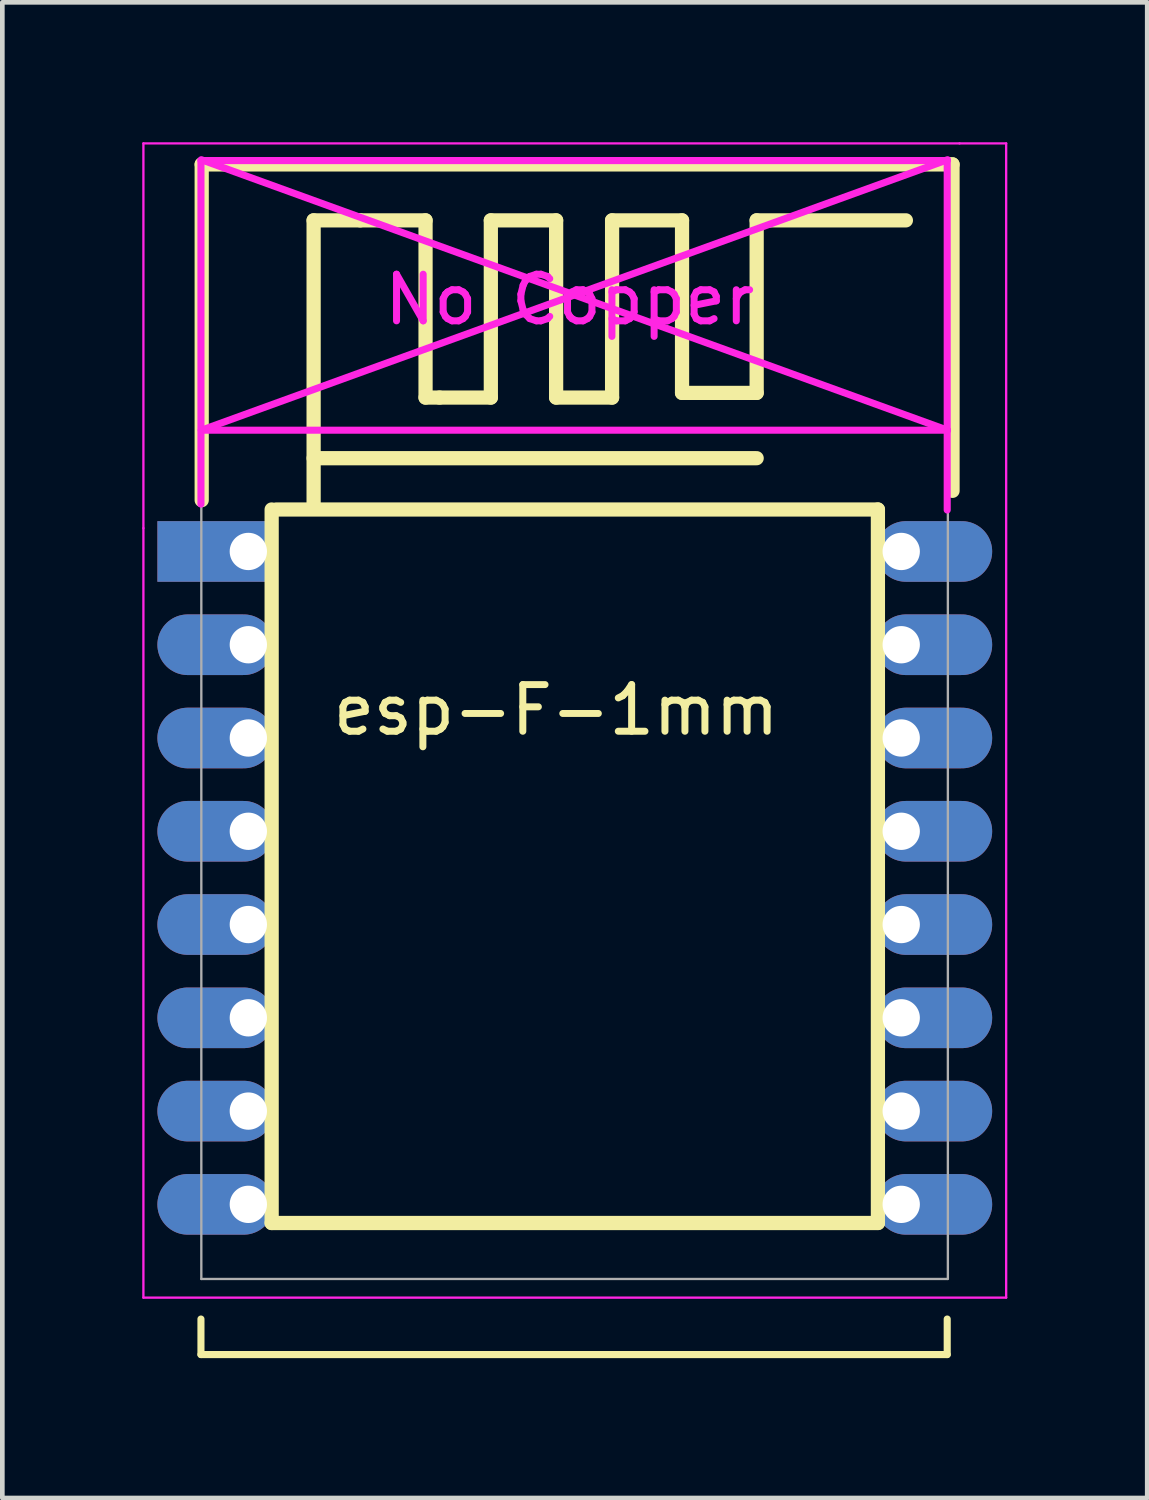
<source format=kicad_pcb>
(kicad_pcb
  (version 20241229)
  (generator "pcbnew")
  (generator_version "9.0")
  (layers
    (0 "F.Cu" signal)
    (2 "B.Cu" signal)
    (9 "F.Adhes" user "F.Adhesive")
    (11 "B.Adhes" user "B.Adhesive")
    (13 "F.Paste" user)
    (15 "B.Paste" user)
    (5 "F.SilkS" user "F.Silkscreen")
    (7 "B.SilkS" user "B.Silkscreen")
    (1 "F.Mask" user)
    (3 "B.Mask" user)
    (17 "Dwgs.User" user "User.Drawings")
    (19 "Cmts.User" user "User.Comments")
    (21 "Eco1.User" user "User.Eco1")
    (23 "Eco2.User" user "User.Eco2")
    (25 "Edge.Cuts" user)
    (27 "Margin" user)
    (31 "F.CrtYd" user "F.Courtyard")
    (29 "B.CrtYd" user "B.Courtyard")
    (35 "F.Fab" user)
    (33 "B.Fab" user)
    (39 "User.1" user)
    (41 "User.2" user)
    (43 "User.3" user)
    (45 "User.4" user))
  (footprint "esp-F-1mm"
    (layer "F.Cu")
    (at 8.775 14.475)
    (property "Reference" "esp-F-1mm" (at 0.1 -2.3 0) (layer "F.SilkS") (effects (font (size 1 1) (thickness 0.15))))
    (attr through_hole)
    (fp_line (start -7.516 10.759) (end -7.516 11.521) (stroke (width 0.152) (type solid)) (layer "F.SilkS"))
    (fp_line (start -7.516 11.521) (end 8.486 11.521) (stroke (width 0.152) (type solid)) (layer "F.SilkS"))
    (fp_line (start -7.5 -14) (end -7.5 -6.8) (stroke (width 0.305) (type solid)) (layer "F.SilkS"))
    (fp_line (start -6 8.7) (end -6 -6.6) (stroke (width 0.305) (type solid)) (layer "F.SilkS"))
    (fp_line (start -5.9 -6.6) (end 7 -6.6) (stroke (width 0.305) (type solid)) (layer "F.SilkS"))
    (fp_line (start -5.1 -12.8) (end -5.1 -6.7) (stroke (width 0.305) (type solid)) (layer "F.SilkS"))
    (fp_line (start -5.1 -7.7) (end 4.4 -7.7) (stroke (width 0.305) (type solid)) (layer "F.SilkS"))
    (fp_line (start -4.1 -12.8) (end -5.1 -12.8) (stroke (width 0.305) (type solid)) (layer "F.SilkS"))
    (fp_line (start -2.7 -12.8) (end -4.1 -12.8) (stroke (width 0.305) (type solid)) (layer "F.SilkS"))
    (fp_line (start -2.7 -9) (end -2.7 -12.8) (stroke (width 0.305) (type solid)) (layer "F.SilkS"))
    (fp_line (start -2.4 -9) (end -2.7 -9) (stroke (width 0.305) (type solid)) (layer "F.SilkS"))
    (fp_line (start -1.3 -12.8) (end -1.3 -9) (stroke (width 0.305) (type solid)) (layer "F.SilkS"))
    (fp_line (start -1.3 -9) (end -2.4 -9) (stroke (width 0.305) (type solid)) (layer "F.SilkS"))
    (fp_line (start 0.1 -12.8) (end -1.3 -12.8) (stroke (width 0.305) (type solid)) (layer "F.SilkS"))
    (fp_line (start 0.1 -9) (end 0.1 -12.8) (stroke (width 0.305) (type solid)) (layer "F.SilkS"))
    (fp_line (start 1.3 -12.8) (end 1.3 -9) (stroke (width 0.305) (type solid)) (layer "F.SilkS"))
    (fp_line (start 1.3 -9) (end 0.1 -9) (stroke (width 0.305) (type solid)) (layer "F.SilkS"))
    (fp_line (start 2.8 -12.8) (end 1.3 -12.8) (stroke (width 0.305) (type solid)) (layer "F.SilkS"))
    (fp_line (start 2.8 -9.1) (end 2.8 -12.8) (stroke (width 0.305) (type solid)) (layer "F.SilkS"))
    (fp_line (start 4.4 -12.8) (end 4.4 -9.1) (stroke (width 0.305) (type solid)) (layer "F.SilkS"))
    (fp_line (start 4.4 -9.1) (end 2.8 -9.1) (stroke (width 0.305) (type solid)) (layer "F.SilkS"))
    (fp_line (start 7 -6.6) (end 7 8.7) (stroke (width 0.305) (type solid)) (layer "F.SilkS"))
    (fp_line (start 7 8.7) (end -6 8.7) (stroke (width 0.305) (type solid)) (layer "F.SilkS"))
    (fp_line (start 7.6 -12.8) (end 4.4 -12.8) (stroke (width 0.305) (type solid)) (layer "F.SilkS"))
    (fp_line (start 8.486 11.521) (end 8.486 10.759) (stroke (width 0.152) (type solid)) (layer "F.SilkS"))
    (fp_line (start 8.6 -14) (end -7.5 -14) (stroke (width 0.305) (type solid)) (layer "F.SilkS"))
    (fp_line (start 8.6 -7) (end 8.6 -14) (stroke (width 0.305) (type solid)) (layer "F.SilkS"))
    (fp_line (start -8.75 -14.45) (end 8.75 -14.45) (stroke (width 0.05) (type solid)) (layer "F.CrtYd"))
    (fp_line (start -8.75 -6.2) (end -8.75 -14.45) (stroke (width 0.05) (type solid)) (layer "F.CrtYd"))
    (fp_line (start -8.75 10.3) (end -8.75 -6.2) (stroke (width 0.05) (type solid)) (layer "F.CrtYd"))
    (fp_line (start -7.516 -14.082) (end -7.516 -6.716) (stroke (width 0.152) (type solid)) (layer "F.CrtYd"))
    (fp_line (start -7.516 -14.082) (end 8.486 -14.082) (stroke (width 0.152) (type solid)) (layer "F.CrtYd"))
    (fp_line (start -7.508 -14.1) (end 8.492 -8.3) (stroke (width 0.152) (type solid)) (layer "F.CrtYd"))
    (fp_line (start -7.508 -8.3) (end 8.492 -8.3) (stroke (width 0.152) (type solid)) (layer "F.CrtYd"))
    (fp_line (start 8.486 -14.082) (end 8.486 -6.589) (stroke (width 0.152) (type solid)) (layer "F.CrtYd"))
    (fp_line (start 8.492 -14.1) (end -7.508 -8.3) (stroke (width 0.152) (type solid)) (layer "F.CrtYd"))
    (fp_line (start 8.75 -14.45) (end 9.75 -14.45) (stroke (width 0.05) (type solid)) (layer "F.CrtYd"))
    (fp_line (start 9.75 -14.45) (end 9.75 10.3) (stroke (width 0.05) (type solid)) (layer "F.CrtYd"))
    (fp_line (start 9.75 10.3) (end -8.75 10.3) (stroke (width 0.05) (type solid)) (layer "F.CrtYd"))
    (fp_line (start -7.508 -14.1) (end 8.492 -14.1) (stroke (width 0.05) (type solid)) (layer "F.Fab"))
    (fp_line (start -7.508 9.9) (end -7.508 -14.1) (stroke (width 0.05) (type solid)) (layer "F.Fab"))
    (fp_line (start 8.492 9.9) (end -7.508 9.9) (stroke (width 0.05) (type solid)) (layer "F.Fab"))
    (fp_line (start 8.5 -14.1) (end 8.5 9.9) (stroke (width 0.05) (type solid)) (layer "F.Fab"))
    (fp_text user "No Copper" (at 0.392 -11.1 0) (layer "F.CrtYd") (effects (font (size 1 1) (thickness 0.15))))
    (pad "1" thru_hole rect (at -6.5 -5.7) (size 2.5 1.3) (drill 0.8 (offset -0.7 0)) (layers "*.Cu" "*.Mask"))
    (pad "2" thru_hole oval (at -6.5 -3.7) (size 2.5 1.3) (drill 0.8 (offset -0.7 0)) (layers "*.Cu" "*.Mask"))
    (pad "3" thru_hole oval (at -6.5 -1.7) (size 2.5 1.3) (drill 0.8 (offset -0.7 0)) (layers "*.Cu" "*.Mask"))
    (pad "4" thru_hole oval (at -6.5 0.3) (size 2.5 1.3) (drill 0.8 (offset -0.7 0)) (layers "*.Cu" "*.Mask"))
    (pad "5" thru_hole oval (at -6.5 2.3) (size 2.5 1.3) (drill 0.8 (offset -0.7 0)) (layers "*.Cu" "*.Mask"))
    (pad "6" thru_hole oval (at -6.5 4.3) (size 2.5 1.3) (drill 0.8 (offset -0.7 0)) (layers "*.Cu" "*.Mask"))
    (pad "7" thru_hole oval (at -6.5 6.3) (size 2.5 1.3) (drill 0.8 (offset -0.7 0)) (layers "*.Cu" "*.Mask"))
    (pad "8" thru_hole oval (at -6.5 8.3) (size 2.5 1.3) (drill 0.8 (offset -0.7 0)) (layers "*.Cu" "*.Mask"))
    (pad "9" thru_hole oval (at 7.5 8.3) (size 2.5 1.3) (drill 0.8 (offset 0.7 0)) (layers "*.Cu" "*.Mask"))
    (pad "10" thru_hole oval (at 7.5 6.3) (size 2.5 1.3) (drill 0.8 (offset 0.7 0)) (layers "*.Cu" "*.Mask"))
    (pad "11" thru_hole oval (at 7.5 4.3) (size 2.5 1.3) (drill 0.8 (offset 0.7 0)) (layers "*.Cu" "*.Mask"))
    (pad "12" thru_hole oval (at 7.5 2.3) (size 2.5 1.3) (drill 0.8 (offset 0.7 0)) (layers "*.Cu" "*.Mask"))
    (pad "13" thru_hole oval (at 7.5 0.3) (size 2.5 1.3) (drill 0.8 (offset 0.7 0)) (layers "*.Cu" "*.Mask"))
    (pad "14" thru_hole oval (at 7.5 -1.7) (size 2.5 1.3) (drill 0.8 (offset 0.7 0)) (layers "*.Cu" "*.Mask"))
    (pad "15" thru_hole oval (at 7.5 -3.7) (size 2.5 1.3) (drill 0.8 (offset 0.7 0)) (layers "*.Cu" "*.Mask"))
    (pad "16" thru_hole oval (at 7.5 -5.7) (size 2.5 1.3) (drill 0.8 (offset 0.7 0)) (layers "*.Cu" "*.Mask")))
  (gr_rect
    (start -3 -3)
    (end 21.55 29.072)
    (stroke (width 0.1) (type default))
    (fill no)
    (layer "Edge.Cuts")))
</source>
